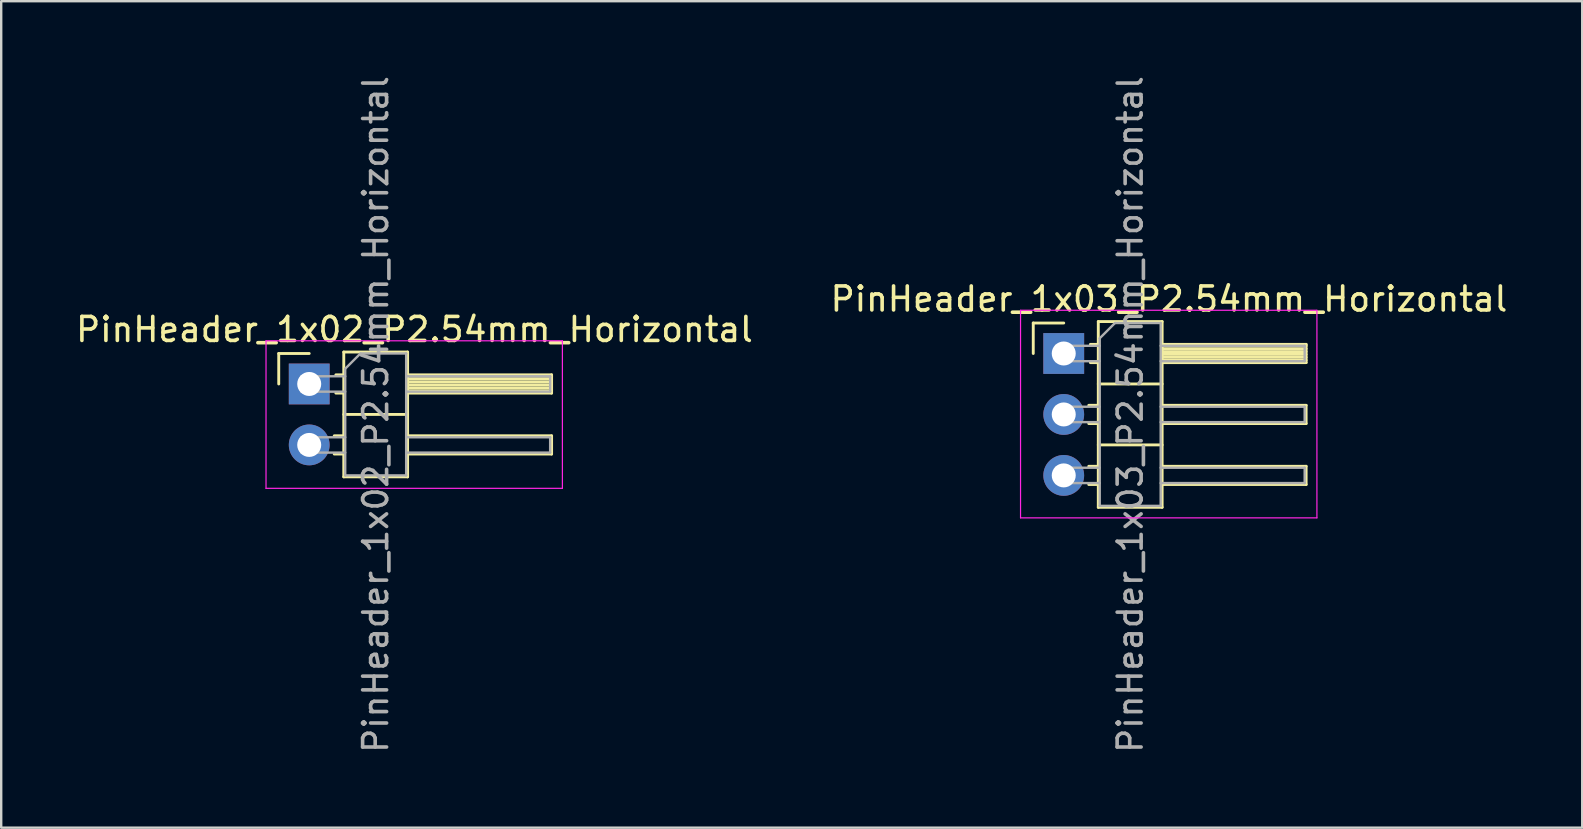
<source format=kicad_pcb>
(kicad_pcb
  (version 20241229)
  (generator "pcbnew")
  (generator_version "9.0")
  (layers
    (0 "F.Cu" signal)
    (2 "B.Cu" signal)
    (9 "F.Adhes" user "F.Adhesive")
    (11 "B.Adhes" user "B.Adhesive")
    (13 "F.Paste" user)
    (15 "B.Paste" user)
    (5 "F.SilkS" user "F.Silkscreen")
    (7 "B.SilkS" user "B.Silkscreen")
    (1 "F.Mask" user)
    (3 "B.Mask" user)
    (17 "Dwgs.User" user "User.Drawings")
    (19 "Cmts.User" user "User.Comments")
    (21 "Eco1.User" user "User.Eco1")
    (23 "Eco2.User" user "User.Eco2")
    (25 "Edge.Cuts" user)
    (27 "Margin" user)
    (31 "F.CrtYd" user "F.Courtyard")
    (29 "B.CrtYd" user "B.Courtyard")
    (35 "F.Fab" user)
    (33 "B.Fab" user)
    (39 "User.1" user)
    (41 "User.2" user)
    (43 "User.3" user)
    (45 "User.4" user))
  (footprint "PinHeader_1x03_P2.54mm_Horizontal"
    (layer "F.Cu")
    (at 41.276 11.68)
    (property "Reference" "PinHeader_1x03_P2.54mm_Horizontal" (at 4.385 -2.27 0) (layer "F.SilkS") (effects (font (size 1 1) (thickness 0.15))))
    (attr through_hole)
    (fp_line (start -1.27 -1.27) (end 0 -1.27) (stroke (width 0.12) (type solid)) (layer "F.SilkS"))
    (fp_line (start -1.27 0) (end -1.27 -1.27) (stroke (width 0.12) (type solid)) (layer "F.SilkS"))
    (fp_line (start 1.043 2.16) (end 1.44 2.16) (stroke (width 0.12) (type solid)) (layer "F.SilkS"))
    (fp_line (start 1.043 2.92) (end 1.44 2.92) (stroke (width 0.12) (type solid)) (layer "F.SilkS"))
    (fp_line (start 1.043 4.7) (end 1.44 4.7) (stroke (width 0.12) (type solid)) (layer "F.SilkS"))
    (fp_line (start 1.043 5.46) (end 1.44 5.46) (stroke (width 0.12) (type solid)) (layer "F.SilkS"))
    (fp_line (start 1.11 -0.38) (end 1.44 -0.38) (stroke (width 0.12) (type solid)) (layer "F.SilkS"))
    (fp_line (start 1.11 0.38) (end 1.44 0.38) (stroke (width 0.12) (type solid)) (layer "F.SilkS"))
    (fp_line (start 1.44 -1.33) (end 1.44 6.41) (stroke (width 0.12) (type solid)) (layer "F.SilkS"))
    (fp_line (start 1.44 1.27) (end 4.1 1.27) (stroke (width 0.12) (type solid)) (layer "F.SilkS"))
    (fp_line (start 1.44 3.81) (end 4.1 3.81) (stroke (width 0.12) (type solid)) (layer "F.SilkS"))
    (fp_line (start 1.44 6.41) (end 4.1 6.41) (stroke (width 0.12) (type solid)) (layer "F.SilkS"))
    (fp_line (start 4.1 -1.33) (end 1.44 -1.33) (stroke (width 0.12) (type solid)) (layer "F.SilkS"))
    (fp_line (start 4.1 -0.38) (end 10.1 -0.38) (stroke (width 0.12) (type solid)) (layer "F.SilkS"))
    (fp_line (start 4.1 -0.32) (end 10.1 -0.32) (stroke (width 0.12) (type solid)) (layer "F.SilkS"))
    (fp_line (start 4.1 -0.2) (end 10.1 -0.2) (stroke (width 0.12) (type solid)) (layer "F.SilkS"))
    (fp_line (start 4.1 -0.08) (end 10.1 -0.08) (stroke (width 0.12) (type solid)) (layer "F.SilkS"))
    (fp_line (start 4.1 0.04) (end 10.1 0.04) (stroke (width 0.12) (type solid)) (layer "F.SilkS"))
    (fp_line (start 4.1 0.16) (end 10.1 0.16) (stroke (width 0.12) (type solid)) (layer "F.SilkS"))
    (fp_line (start 4.1 0.28) (end 10.1 0.28) (stroke (width 0.12) (type solid)) (layer "F.SilkS"))
    (fp_line (start 4.1 2.16) (end 10.1 2.16) (stroke (width 0.12) (type solid)) (layer "F.SilkS"))
    (fp_line (start 4.1 4.7) (end 10.1 4.7) (stroke (width 0.12) (type solid)) (layer "F.SilkS"))
    (fp_line (start 4.1 6.41) (end 4.1 -1.33) (stroke (width 0.12) (type solid)) (layer "F.SilkS"))
    (fp_line (start 10.1 -0.38) (end 10.1 0.38) (stroke (width 0.12) (type solid)) (layer "F.SilkS"))
    (fp_line (start 10.1 0.38) (end 4.1 0.38) (stroke (width 0.12) (type solid)) (layer "F.SilkS"))
    (fp_line (start 10.1 2.16) (end 10.1 2.92) (stroke (width 0.12) (type solid)) (layer "F.SilkS"))
    (fp_line (start 10.1 2.92) (end 4.1 2.92) (stroke (width 0.12) (type solid)) (layer "F.SilkS"))
    (fp_line (start 10.1 4.7) (end 10.1 5.46) (stroke (width 0.12) (type solid)) (layer "F.SilkS"))
    (fp_line (start 10.1 5.46) (end 4.1 5.46) (stroke (width 0.12) (type solid)) (layer "F.SilkS"))
    (fp_line (start -1.8 -1.8) (end -1.8 6.85) (stroke (width 0.05) (type solid)) (layer "F.CrtYd"))
    (fp_line (start -1.8 6.85) (end 10.55 6.85) (stroke (width 0.05) (type solid)) (layer "F.CrtYd"))
    (fp_line (start 10.55 -1.8) (end -1.8 -1.8) (stroke (width 0.05) (type solid)) (layer "F.CrtYd"))
    (fp_line (start 10.55 6.85) (end 10.55 -1.8) (stroke (width 0.05) (type solid)) (layer "F.CrtYd"))
    (fp_line (start -0.32 -0.32) (end -0.32 0.32) (stroke (width 0.1) (type solid)) (layer "F.Fab"))
    (fp_line (start -0.32 -0.32) (end 1.5 -0.32) (stroke (width 0.1) (type solid)) (layer "F.Fab"))
    (fp_line (start -0.32 0.32) (end 1.5 0.32) (stroke (width 0.1) (type solid)) (layer "F.Fab"))
    (fp_line (start -0.32 2.22) (end -0.32 2.86) (stroke (width 0.1) (type solid)) (layer "F.Fab"))
    (fp_line (start -0.32 2.22) (end 1.5 2.22) (stroke (width 0.1) (type solid)) (layer "F.Fab"))
    (fp_line (start -0.32 2.86) (end 1.5 2.86) (stroke (width 0.1) (type solid)) (layer "F.Fab"))
    (fp_line (start -0.32 4.76) (end -0.32 5.4) (stroke (width 0.1) (type solid)) (layer "F.Fab"))
    (fp_line (start -0.32 4.76) (end 1.5 4.76) (stroke (width 0.1) (type solid)) (layer "F.Fab"))
    (fp_line (start -0.32 5.4) (end 1.5 5.4) (stroke (width 0.1) (type solid)) (layer "F.Fab"))
    (fp_line (start 1.5 -0.635) (end 2.135 -1.27) (stroke (width 0.1) (type solid)) (layer "F.Fab"))
    (fp_line (start 1.5 6.35) (end 1.5 -0.635) (stroke (width 0.1) (type solid)) (layer "F.Fab"))
    (fp_line (start 2.135 -1.27) (end 4.04 -1.27) (stroke (width 0.1) (type solid)) (layer "F.Fab"))
    (fp_line (start 4.04 -1.27) (end 4.04 6.35) (stroke (width 0.1) (type solid)) (layer "F.Fab"))
    (fp_line (start 4.04 -0.32) (end 10.04 -0.32) (stroke (width 0.1) (type solid)) (layer "F.Fab"))
    (fp_line (start 4.04 0.32) (end 10.04 0.32) (stroke (width 0.1) (type solid)) (layer "F.Fab"))
    (fp_line (start 4.04 2.22) (end 10.04 2.22) (stroke (width 0.1) (type solid)) (layer "F.Fab"))
    (fp_line (start 4.04 2.86) (end 10.04 2.86) (stroke (width 0.1) (type solid)) (layer "F.Fab"))
    (fp_line (start 4.04 4.76) (end 10.04 4.76) (stroke (width 0.1) (type solid)) (layer "F.Fab"))
    (fp_line (start 4.04 5.4) (end 10.04 5.4) (stroke (width 0.1) (type solid)) (layer "F.Fab"))
    (fp_line (start 4.04 6.35) (end 1.5 6.35) (stroke (width 0.1) (type solid)) (layer "F.Fab"))
    (fp_line (start 10.04 -0.32) (end 10.04 0.32) (stroke (width 0.1) (type solid)) (layer "F.Fab"))
    (fp_line (start 10.04 2.22) (end 10.04 2.86) (stroke (width 0.1) (type solid)) (layer "F.Fab"))
    (fp_line (start 10.04 4.76) (end 10.04 5.4) (stroke (width 0.1) (type solid)) (layer "F.Fab"))
    (fp_text user "${REFERENCE}" (at 2.77 2.54 90) (layer "F.Fab") (effects (font (size 1 1) (thickness 0.15))))
    (pad "1" thru_hole rect (at 0 0) (size 1.7 1.7) (drill 1) (layers "*.Cu" "*.Mask"))
    (pad "2" thru_hole oval (at 0 2.54) (size 1.7 1.7) (drill 1) (layers "*.Cu" "*.Mask"))
    (pad "3" thru_hole oval (at 0 5.08) (size 1.7 1.7) (drill 1) (layers "*.Cu" "*.Mask")))
  (footprint "PinHeader_1x02_P2.54mm_Horizontal"
    (layer "F.Cu")
    (at 9.835 12.95)
    (property "Reference" "PinHeader_1x02_P2.54mm_Horizontal" (at 4.385 -2.27 0) (layer "F.SilkS") (effects (font (size 1 1) (thickness 0.15))))
    (attr through_hole)
    (fp_line (start -1.27 -1.27) (end 0 -1.27) (stroke (width 0.12) (type solid)) (layer "F.SilkS"))
    (fp_line (start -1.27 0) (end -1.27 -1.27) (stroke (width 0.12) (type solid)) (layer "F.SilkS"))
    (fp_line (start 1.043 2.16) (end 1.44 2.16) (stroke (width 0.12) (type solid)) (layer "F.SilkS"))
    (fp_line (start 1.043 2.92) (end 1.44 2.92) (stroke (width 0.12) (type solid)) (layer "F.SilkS"))
    (fp_line (start 1.11 -0.38) (end 1.44 -0.38) (stroke (width 0.12) (type solid)) (layer "F.SilkS"))
    (fp_line (start 1.11 0.38) (end 1.44 0.38) (stroke (width 0.12) (type solid)) (layer "F.SilkS"))
    (fp_line (start 1.44 -1.33) (end 1.44 3.87) (stroke (width 0.12) (type solid)) (layer "F.SilkS"))
    (fp_line (start 1.44 1.27) (end 4.1 1.27) (stroke (width 0.12) (type solid)) (layer "F.SilkS"))
    (fp_line (start 1.44 3.87) (end 4.1 3.87) (stroke (width 0.12) (type solid)) (layer "F.SilkS"))
    (fp_line (start 4.1 -1.33) (end 1.44 -1.33) (stroke (width 0.12) (type solid)) (layer "F.SilkS"))
    (fp_line (start 4.1 -0.38) (end 10.1 -0.38) (stroke (width 0.12) (type solid)) (layer "F.SilkS"))
    (fp_line (start 4.1 -0.32) (end 10.1 -0.32) (stroke (width 0.12) (type solid)) (layer "F.SilkS"))
    (fp_line (start 4.1 -0.2) (end 10.1 -0.2) (stroke (width 0.12) (type solid)) (layer "F.SilkS"))
    (fp_line (start 4.1 -0.08) (end 10.1 -0.08) (stroke (width 0.12) (type solid)) (layer "F.SilkS"))
    (fp_line (start 4.1 0.04) (end 10.1 0.04) (stroke (width 0.12) (type solid)) (layer "F.SilkS"))
    (fp_line (start 4.1 0.16) (end 10.1 0.16) (stroke (width 0.12) (type solid)) (layer "F.SilkS"))
    (fp_line (start 4.1 0.28) (end 10.1 0.28) (stroke (width 0.12) (type solid)) (layer "F.SilkS"))
    (fp_line (start 4.1 2.16) (end 10.1 2.16) (stroke (width 0.12) (type solid)) (layer "F.SilkS"))
    (fp_line (start 4.1 3.87) (end 4.1 -1.33) (stroke (width 0.12) (type solid)) (layer "F.SilkS"))
    (fp_line (start 10.1 -0.38) (end 10.1 0.38) (stroke (width 0.12) (type solid)) (layer "F.SilkS"))
    (fp_line (start 10.1 0.38) (end 4.1 0.38) (stroke (width 0.12) (type solid)) (layer "F.SilkS"))
    (fp_line (start 10.1 2.16) (end 10.1 2.92) (stroke (width 0.12) (type solid)) (layer "F.SilkS"))
    (fp_line (start 10.1 2.92) (end 4.1 2.92) (stroke (width 0.12) (type solid)) (layer "F.SilkS"))
    (fp_line (start -1.8 -1.8) (end -1.8 4.35) (stroke (width 0.05) (type solid)) (layer "F.CrtYd"))
    (fp_line (start -1.8 4.35) (end 10.55 4.35) (stroke (width 0.05) (type solid)) (layer "F.CrtYd"))
    (fp_line (start 10.55 -1.8) (end -1.8 -1.8) (stroke (width 0.05) (type solid)) (layer "F.CrtYd"))
    (fp_line (start 10.55 4.35) (end 10.55 -1.8) (stroke (width 0.05) (type solid)) (layer "F.CrtYd"))
    (fp_line (start -0.32 -0.32) (end -0.32 0.32) (stroke (width 0.1) (type solid)) (layer "F.Fab"))
    (fp_line (start -0.32 -0.32) (end 1.5 -0.32) (stroke (width 0.1) (type solid)) (layer "F.Fab"))
    (fp_line (start -0.32 0.32) (end 1.5 0.32) (stroke (width 0.1) (type solid)) (layer "F.Fab"))
    (fp_line (start -0.32 2.22) (end -0.32 2.86) (stroke (width 0.1) (type solid)) (layer "F.Fab"))
    (fp_line (start -0.32 2.22) (end 1.5 2.22) (stroke (width 0.1) (type solid)) (layer "F.Fab"))
    (fp_line (start -0.32 2.86) (end 1.5 2.86) (stroke (width 0.1) (type solid)) (layer "F.Fab"))
    (fp_line (start 1.5 -0.635) (end 2.135 -1.27) (stroke (width 0.1) (type solid)) (layer "F.Fab"))
    (fp_line (start 1.5 3.81) (end 1.5 -0.635) (stroke (width 0.1) (type solid)) (layer "F.Fab"))
    (fp_line (start 2.135 -1.27) (end 4.04 -1.27) (stroke (width 0.1) (type solid)) (layer "F.Fab"))
    (fp_line (start 4.04 -1.27) (end 4.04 3.81) (stroke (width 0.1) (type solid)) (layer "F.Fab"))
    (fp_line (start 4.04 -0.32) (end 10.04 -0.32) (stroke (width 0.1) (type solid)) (layer "F.Fab"))
    (fp_line (start 4.04 0.32) (end 10.04 0.32) (stroke (width 0.1) (type solid)) (layer "F.Fab"))
    (fp_line (start 4.04 2.22) (end 10.04 2.22) (stroke (width 0.1) (type solid)) (layer "F.Fab"))
    (fp_line (start 4.04 2.86) (end 10.04 2.86) (stroke (width 0.1) (type solid)) (layer "F.Fab"))
    (fp_line (start 4.04 3.81) (end 1.5 3.81) (stroke (width 0.1) (type solid)) (layer "F.Fab"))
    (fp_line (start 10.04 -0.32) (end 10.04 0.32) (stroke (width 0.1) (type solid)) (layer "F.Fab"))
    (fp_line (start 10.04 2.22) (end 10.04 2.86) (stroke (width 0.1) (type solid)) (layer "F.Fab"))
    (fp_text user "${REFERENCE}" (at 2.77 1.27 90) (layer "F.Fab") (effects (font (size 1 1) (thickness 0.15))))
    (pad "1" thru_hole rect (at 0 0) (size 1.7 1.7) (drill 1) (layers "*.Cu" "*.Mask"))
    (pad "2" thru_hole oval (at 0 2.54) (size 1.7 1.7) (drill 1) (layers "*.Cu" "*.Mask")))
  (gr_rect
    (start -3 -3)
    (end 62.881 31.44)
    (stroke (width 0.1) (type default))
    (fill no)
    (layer "Edge.Cuts")))
</source>
